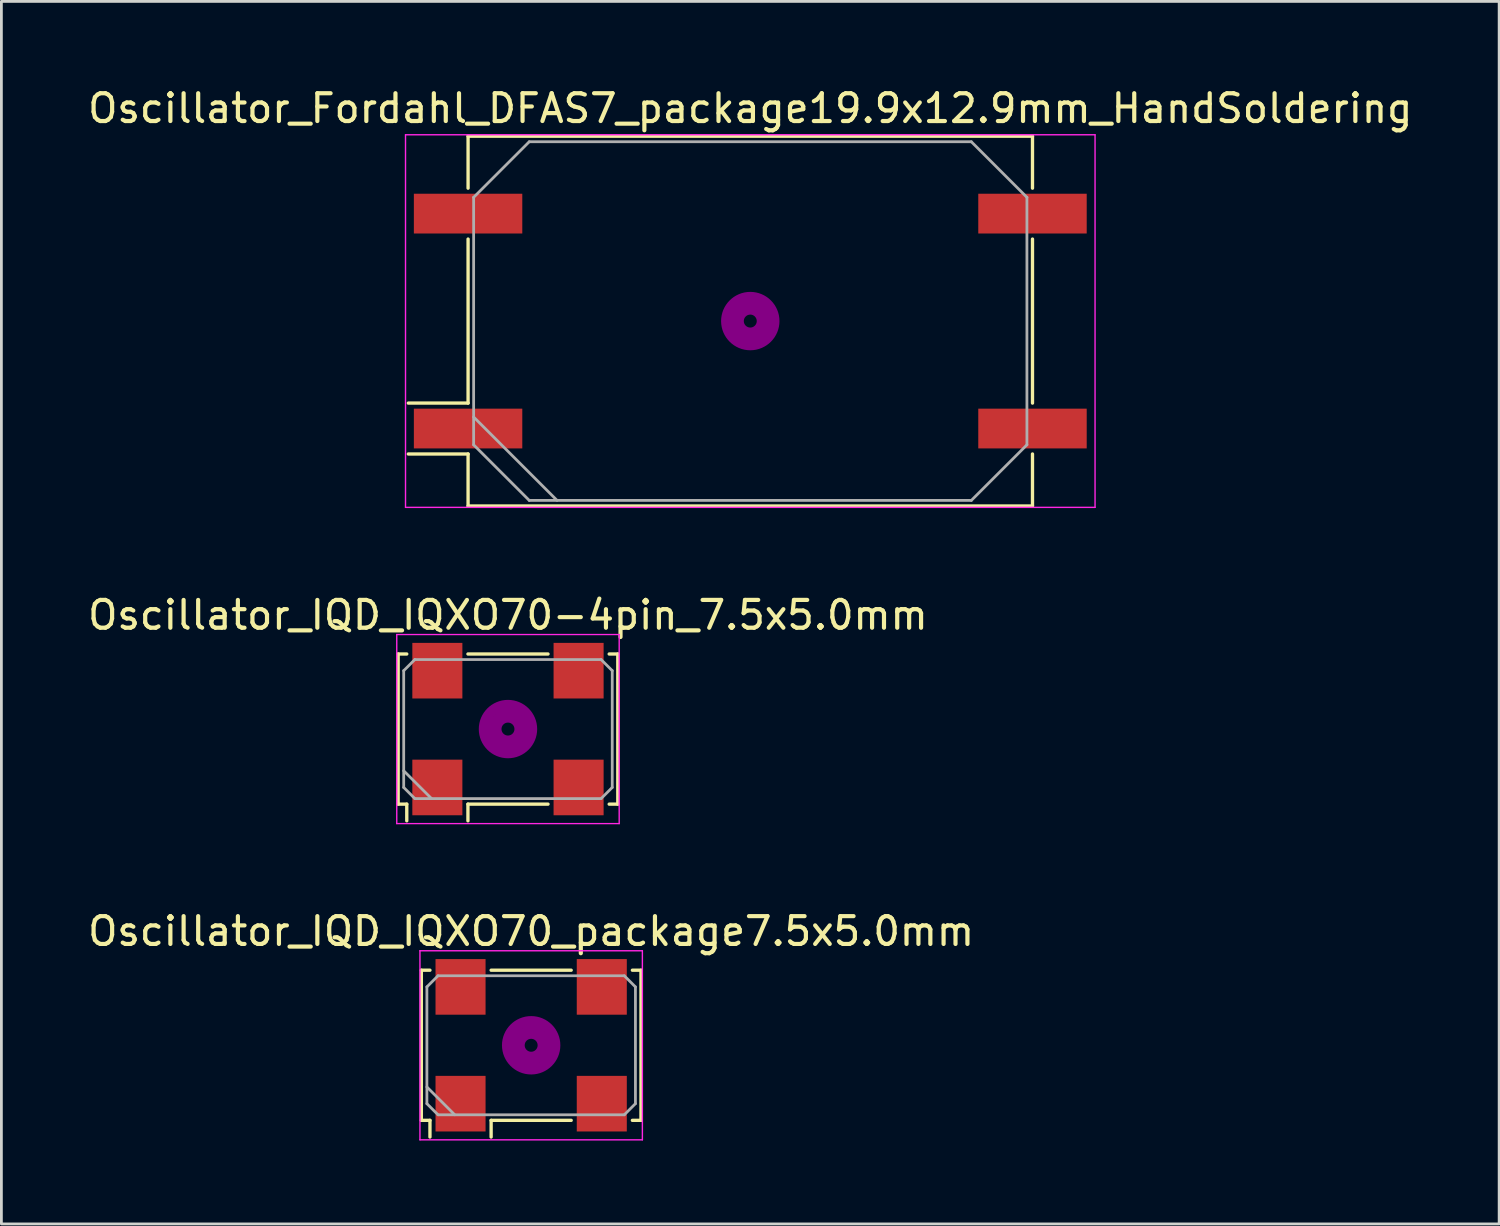
<source format=kicad_pcb>
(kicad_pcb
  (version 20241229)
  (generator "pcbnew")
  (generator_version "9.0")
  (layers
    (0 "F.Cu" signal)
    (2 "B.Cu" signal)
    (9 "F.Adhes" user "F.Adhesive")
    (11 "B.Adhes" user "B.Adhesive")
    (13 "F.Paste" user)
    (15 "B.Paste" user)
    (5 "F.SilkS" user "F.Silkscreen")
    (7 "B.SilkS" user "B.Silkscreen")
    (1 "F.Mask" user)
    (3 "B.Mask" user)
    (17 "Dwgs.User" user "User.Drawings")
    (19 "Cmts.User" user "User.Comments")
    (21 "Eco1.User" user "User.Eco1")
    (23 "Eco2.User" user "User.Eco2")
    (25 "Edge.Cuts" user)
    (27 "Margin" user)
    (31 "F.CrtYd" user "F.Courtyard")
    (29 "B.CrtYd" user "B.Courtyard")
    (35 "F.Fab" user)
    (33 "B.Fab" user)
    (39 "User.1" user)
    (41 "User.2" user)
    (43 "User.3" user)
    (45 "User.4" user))
  (footprint "Oscillator_IQD_IQXO70-4pin_7.5x5.0mm"
    (layer "F.Cu")
    (at 15.22 23.172)
    (property "Reference" "Oscillator_IQD_IQXO70-4pin_7.5x5.0mm" (at 0 -4.1 0) (layer "F.SilkS") (effects (font (size 1 1) (thickness 0.15))))
    (attr smd)
    (fp_line (start -3.95 -2.7) (end -3.64 -2.7) (stroke (width 0.12) (type solid)) (layer "F.SilkS"))
    (fp_line (start -3.95 2.7) (end -3.95 -2.7) (stroke (width 0.12) (type solid)) (layer "F.SilkS"))
    (fp_line (start -3.64 2.7) (end -3.95 2.7) (stroke (width 0.12) (type solid)) (layer "F.SilkS"))
    (fp_line (start -3.64 3.3) (end -3.64 2.7) (stroke (width 0.12) (type solid)) (layer "F.SilkS"))
    (fp_line (start -1.44 -2.7) (end 1.44 -2.7) (stroke (width 0.12) (type solid)) (layer "F.SilkS"))
    (fp_line (start -1.44 2.7) (end -1.44 3.3) (stroke (width 0.12) (type solid)) (layer "F.SilkS"))
    (fp_line (start 1.44 2.7) (end -1.44 2.7) (stroke (width 0.12) (type solid)) (layer "F.SilkS"))
    (fp_line (start 3.64 -2.7) (end 3.95 -2.7) (stroke (width 0.12) (type solid)) (layer "F.SilkS"))
    (fp_line (start 3.95 -2.7) (end 3.95 2.7) (stroke (width 0.12) (type solid)) (layer "F.SilkS"))
    (fp_line (start 3.95 2.7) (end 3.64 2.7) (stroke (width 0.12) (type solid)) (layer "F.SilkS"))
    (fp_circle (center 0 0) (end 0.233 0) (stroke (width 0.467) (type solid)) (fill no) (layer "F.Adhes"))
    (fp_circle (center 0 0) (end 0.533 0) (stroke (width 0.333) (type solid)) (fill no) (layer "F.Adhes"))
    (fp_circle (center 0 0) (end 0.833 0) (stroke (width 0.333) (type solid)) (fill no) (layer "F.Adhes"))
    (fp_circle (center 0 0) (end 1 0) (stroke (width 0.1) (type solid)) (fill no) (layer "F.Adhes"))
    (fp_line (start -4 -3.4) (end -4 3.4) (stroke (width 0.05) (type solid)) (layer "F.CrtYd"))
    (fp_line (start -4 3.4) (end 4 3.4) (stroke (width 0.05) (type solid)) (layer "F.CrtYd"))
    (fp_line (start 4 -3.4) (end -4 -3.4) (stroke (width 0.05) (type solid)) (layer "F.CrtYd"))
    (fp_line (start 4 3.4) (end 4 -3.4) (stroke (width 0.05) (type solid)) (layer "F.CrtYd"))
    (fp_line (start -3.75 -2.1) (end -3.35 -2.5) (stroke (width 0.1) (type solid)) (layer "F.Fab"))
    (fp_line (start -3.75 1.5) (end -2.75 2.5) (stroke (width 0.1) (type solid)) (layer "F.Fab"))
    (fp_line (start -3.75 2.1) (end -3.75 -2.1) (stroke (width 0.1) (type solid)) (layer "F.Fab"))
    (fp_line (start -3.35 -2.5) (end 3.35 -2.5) (stroke (width 0.1) (type solid)) (layer "F.Fab"))
    (fp_line (start -3.35 2.5) (end -3.75 2.1) (stroke (width 0.1) (type solid)) (layer "F.Fab"))
    (fp_line (start 3.35 -2.5) (end 3.75 -2.1) (stroke (width 0.1) (type solid)) (layer "F.Fab"))
    (fp_line (start 3.35 2.5) (end -3.35 2.5) (stroke (width 0.1) (type solid)) (layer "F.Fab"))
    (fp_line (start 3.75 -2.1) (end 3.75 2.1) (stroke (width 0.1) (type solid)) (layer "F.Fab"))
    (fp_line (start 3.75 2.1) (end 3.35 2.5) (stroke (width 0.1) (type solid)) (layer "F.Fab"))
    (pad "1" smd rect (at -2.54 2.1) (size 1.8 2) (layers "F.Cu" "F.Mask"))
    (pad "2" smd rect (at 2.54 2.1) (size 1.8 2) (layers "F.Cu" "F.Mask"))
    (pad "3" smd rect (at 2.54 -2.1) (size 1.8 2) (layers "F.Cu" "F.Mask"))
    (pad "4" smd rect (at -2.54 -2.1) (size 1.8 2) (layers "F.Cu" "F.Mask")))
  (footprint "Oscillator_IQD_IQXO70_package7.5x5.0mm"
    (layer "F.Cu")
    (at 16.054 34.545)
    (property "Reference" "Oscillator_IQD_IQXO70_package7.5x5.0mm" (at 0 -4.1 0) (layer "F.SilkS") (effects (font (size 1 1) (thickness 0.15))))
    (attr smd)
    (fp_line (start -3.95 -2.7) (end -3.64 -2.7) (stroke (width 0.12) (type solid)) (layer "F.SilkS"))
    (fp_line (start -3.95 2.7) (end -3.95 -2.7) (stroke (width 0.12) (type solid)) (layer "F.SilkS"))
    (fp_line (start -3.64 2.7) (end -3.95 2.7) (stroke (width 0.12) (type solid)) (layer "F.SilkS"))
    (fp_line (start -3.64 3.3) (end -3.64 2.7) (stroke (width 0.12) (type solid)) (layer "F.SilkS"))
    (fp_line (start -1.44 -2.7) (end 1.44 -2.7) (stroke (width 0.12) (type solid)) (layer "F.SilkS"))
    (fp_line (start -1.44 2.7) (end -1.44 3.3) (stroke (width 0.12) (type solid)) (layer "F.SilkS"))
    (fp_line (start 1.44 2.7) (end -1.44 2.7) (stroke (width 0.12) (type solid)) (layer "F.SilkS"))
    (fp_line (start 3.64 -2.7) (end 3.95 -2.7) (stroke (width 0.12) (type solid)) (layer "F.SilkS"))
    (fp_line (start 3.95 -2.7) (end 3.95 2.7) (stroke (width 0.12) (type solid)) (layer "F.SilkS"))
    (fp_line (start 3.95 2.7) (end 3.64 2.7) (stroke (width 0.12) (type solid)) (layer "F.SilkS"))
    (fp_circle (center 0 0) (end 0.233 0) (stroke (width 0.467) (type solid)) (fill no) (layer "F.Adhes"))
    (fp_circle (center 0 0) (end 0.533 0) (stroke (width 0.333) (type solid)) (fill no) (layer "F.Adhes"))
    (fp_circle (center 0 0) (end 0.833 0) (stroke (width 0.333) (type solid)) (fill no) (layer "F.Adhes"))
    (fp_circle (center 0 0) (end 1 0) (stroke (width 0.1) (type solid)) (fill no) (layer "F.Adhes"))
    (fp_line (start -4 -3.4) (end -4 3.4) (stroke (width 0.05) (type solid)) (layer "F.CrtYd"))
    (fp_line (start -4 3.4) (end 4 3.4) (stroke (width 0.05) (type solid)) (layer "F.CrtYd"))
    (fp_line (start 4 -3.4) (end -4 -3.4) (stroke (width 0.05) (type solid)) (layer "F.CrtYd"))
    (fp_line (start 4 3.4) (end 4 -3.4) (stroke (width 0.05) (type solid)) (layer "F.CrtYd"))
    (fp_line (start -3.75 -2.1) (end -3.35 -2.5) (stroke (width 0.1) (type solid)) (layer "F.Fab"))
    (fp_line (start -3.75 1.5) (end -2.75 2.5) (stroke (width 0.1) (type solid)) (layer "F.Fab"))
    (fp_line (start -3.75 2.1) (end -3.75 -2.1) (stroke (width 0.1) (type solid)) (layer "F.Fab"))
    (fp_line (start -3.35 -2.5) (end 3.35 -2.5) (stroke (width 0.1) (type solid)) (layer "F.Fab"))
    (fp_line (start -3.35 2.5) (end -3.75 2.1) (stroke (width 0.1) (type solid)) (layer "F.Fab"))
    (fp_line (start 3.35 -2.5) (end 3.75 -2.1) (stroke (width 0.1) (type solid)) (layer "F.Fab"))
    (fp_line (start 3.35 2.5) (end -3.35 2.5) (stroke (width 0.1) (type solid)) (layer "F.Fab"))
    (fp_line (start 3.75 -2.1) (end 3.75 2.1) (stroke (width 0.1) (type solid)) (layer "F.Fab"))
    (fp_line (start 3.75 2.1) (end 3.35 2.5) (stroke (width 0.1) (type solid)) (layer "F.Fab"))
    (pad "1" smd rect (at -2.54 2.1) (size 1.8 2) (layers "F.Cu" "F.Mask"))
    (pad "2" smd rect (at 2.54 2.1) (size 1.8 2) (layers "F.Cu" "F.Mask"))
    (pad "3" smd rect (at 2.54 -2.1) (size 1.8 2) (layers "F.Cu" "F.Mask"))
    (pad "4" smd rect (at -2.54 -2.1) (size 1.8 2) (layers "F.Cu" "F.Mask")))
  (footprint "Oscillator_Fordahl_DFAS7_package19.9x12.9mm_HandSoldering"
    (layer "F.Cu")
    (at 23.935 8.498)
    (property "Reference" "Oscillator_Fordahl_DFAS7_package19.9x12.9mm_HandSoldering" (at 0 -7.65 0) (layer "F.SilkS") (effects (font (size 1 1) (thickness 0.15))))
    (attr smd)
    (fp_line (start -12.3 2.95) (end -10.15 2.95) (stroke (width 0.12) (type solid)) (layer "F.SilkS"))
    (fp_line (start -12.3 4.78) (end -10.15 4.78) (stroke (width 0.12) (type solid)) (layer "F.SilkS"))
    (fp_line (start -10.15 -6.65) (end 10.15 -6.65) (stroke (width 0.12) (type solid)) (layer "F.SilkS"))
    (fp_line (start -10.15 -4.78) (end -10.15 -6.65) (stroke (width 0.12) (type solid)) (layer "F.SilkS"))
    (fp_line (start -10.15 2.95) (end -10.15 -2.95) (stroke (width 0.12) (type solid)) (layer "F.SilkS"))
    (fp_line (start -10.15 4.78) (end -10.15 6.65) (stroke (width 0.12) (type solid)) (layer "F.SilkS"))
    (fp_line (start -10.15 6.65) (end 10.15 6.65) (stroke (width 0.12) (type solid)) (layer "F.SilkS"))
    (fp_line (start 10.15 -6.65) (end 10.15 -4.78) (stroke (width 0.12) (type solid)) (layer "F.SilkS"))
    (fp_line (start 10.15 -2.95) (end 10.15 2.95) (stroke (width 0.12) (type solid)) (layer "F.SilkS"))
    (fp_line (start 10.15 6.65) (end 10.15 4.78) (stroke (width 0.12) (type solid)) (layer "F.SilkS"))
    (fp_circle (center 0 0) (end 0.233 0) (stroke (width 0.467) (type solid)) (fill no) (layer "F.Adhes"))
    (fp_circle (center 0 0) (end 0.533 0) (stroke (width 0.333) (type solid)) (fill no) (layer "F.Adhes"))
    (fp_circle (center 0 0) (end 0.833 0) (stroke (width 0.333) (type solid)) (fill no) (layer "F.Adhes"))
    (fp_circle (center 0 0) (end 1 0) (stroke (width 0.1) (type solid)) (fill no) (layer "F.Adhes"))
    (fp_line (start -12.4 -6.7) (end -12.4 6.7) (stroke (width 0.05) (type solid)) (layer "F.CrtYd"))
    (fp_line (start -12.4 6.7) (end 12.4 6.7) (stroke (width 0.05) (type solid)) (layer "F.CrtYd"))
    (fp_line (start 12.4 -6.7) (end -12.4 -6.7) (stroke (width 0.05) (type solid)) (layer "F.CrtYd"))
    (fp_line (start 12.4 6.7) (end 12.4 -6.7) (stroke (width 0.05) (type solid)) (layer "F.CrtYd"))
    (fp_line (start -9.95 -4.45) (end -7.95 -6.45) (stroke (width 0.1) (type solid)) (layer "F.Fab"))
    (fp_line (start -9.95 3.45) (end -6.95 6.45) (stroke (width 0.1) (type solid)) (layer "F.Fab"))
    (fp_line (start -9.95 4.45) (end -9.95 -4.45) (stroke (width 0.1) (type solid)) (layer "F.Fab"))
    (fp_line (start -7.95 -6.45) (end 7.95 -6.45) (stroke (width 0.1) (type solid)) (layer "F.Fab"))
    (fp_line (start -7.95 6.45) (end -9.95 4.45) (stroke (width 0.1) (type solid)) (layer "F.Fab"))
    (fp_line (start 7.95 -6.45) (end 9.95 -4.45) (stroke (width 0.1) (type solid)) (layer "F.Fab"))
    (fp_line (start 7.95 6.45) (end -7.95 6.45) (stroke (width 0.1) (type solid)) (layer "F.Fab"))
    (fp_line (start 9.95 -4.45) (end 9.95 4.45) (stroke (width 0.1) (type solid)) (layer "F.Fab"))
    (fp_line (start 9.95 4.45) (end 7.95 6.45) (stroke (width 0.1) (type solid)) (layer "F.Fab"))
    (pad "1" smd rect (at -10.15 3.865) (size 3.9 1.43) (layers "F.Cu" "F.Mask"))
    (pad "2" smd rect (at 10.15 3.865) (size 3.9 1.43) (layers "F.Cu" "F.Mask"))
    (pad "3" smd rect (at 10.15 -3.865) (size 3.9 1.43) (layers "F.Cu" "F.Mask"))
    (pad "4" smd rect (at -10.15 -3.865) (size 3.9 1.43) (layers "F.Cu" "F.Mask")))
  (gr_rect
    (start -3 -3)
    (end 50.869 40.97)
    (stroke (width 0.1) (type default))
    (fill no)
    (layer "Edge.Cuts")))
</source>
